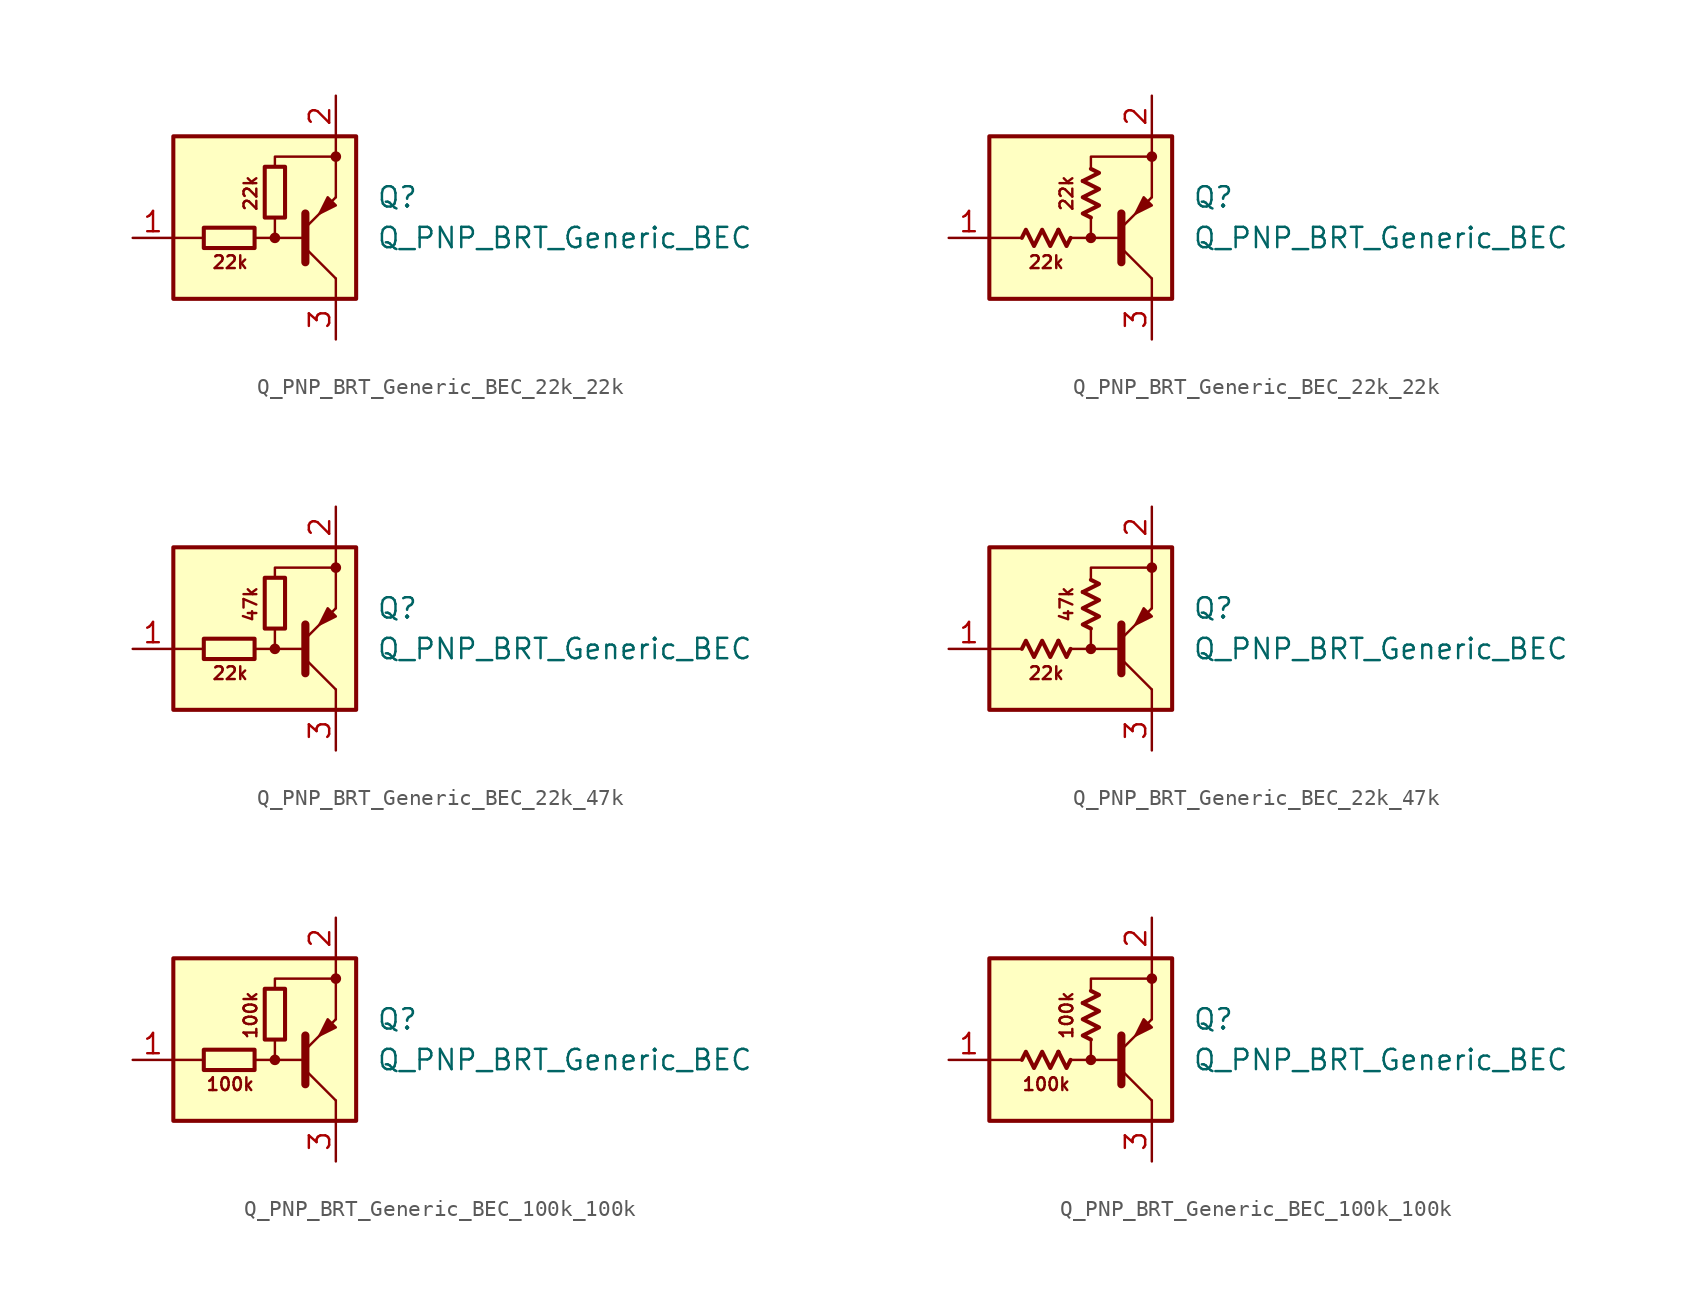
<source format=kicad_sym>
(kicad_symbol_lib
  (version 20220914)
  (generator kicad_symbol_editor)
  (symbol "Q_PNP_BRT_Generic_BEC_22k_22k"
    (pin_names hide)
    (property "Reference" "Q"
      (at 6.35 1.27 0)
      (effects (font (size 1.27 1.27)) (justify left)))
    (property "Value" "Q_PNP_BRT_Generic_BEC"
      (at 6.35 -1.27 0)
      (effects (font (size 1.27 1.27)) (justify left)))
    (symbol "Q_PNP_BRT_Generic_BEC_22k_22k_0_2"
      (polyline (pts (xy -2.032 -0.762) (xy -1.524 -1.778) (xy -1.27 -1.27)) (stroke (width 0.254) (type default)) (fill (type none)))
      (polyline (pts (xy -0.508 2.286) (xy 0.508 2.794) (xy 0 3.048)) (stroke (width 0.254) (type default)) (fill (type none)))
      (polyline (pts (xy -4.318 -1.27) (xy -4.064 -0.762) (xy -3.556 -1.778) (xy -3.048 -0.762) (xy -2.54 -1.778) (xy -2.032 -0.762)) (stroke (width 0.254) (type default)) (fill (type none)))
      (polyline (pts (xy 0 0) (xy -0.508 0.254) (xy 0.508 0.762) (xy -0.508 1.27) (xy 0.508 1.778) (xy -0.508 2.286)) (stroke (width 0.254) (type default)) (fill (type none))))
    (symbol "Q_PNP_BRT_Generic_BEC_22k_22k_1_0"
      (rectangle (start -6.35 5.08) (end 5.08 -5.08) (stroke (width 0.254) (type default)) (fill (type background)))
      (circle (center 0 -1.27) (radius 0.254) (stroke (width 0) (type default)) (fill (type outline)))
      (polyline (pts (xy -4.445 -1.27) (xy -6.35 -1.27)) (stroke (width 0) (type default)) (fill (type none)))
      (polyline (pts (xy -0.254 -1.27) (xy 1.905 -1.27)) (stroke (width 0) (type default)) (fill (type none)))
      (polyline (pts (xy 1.905 -2.794) (xy 1.905 0.254)) (stroke (width 0.508) (type default)) (fill (type none)))
      (polyline (pts (xy 1.905 -1.905) (xy 3.81 -3.81)) (stroke (width 0) (type default)) (fill (type none)))
      (polyline (pts (xy 3.81 -3.81) (xy 3.81 -5.08)) (stroke (width 0) (type default)) (fill (type none)))
      (polyline (pts (xy 3.81 3.81) (xy 3.81 1.27)) (stroke (width 0) (type default)) (fill (type none)))
      (polyline (pts (xy 3.81 3.81) (xy 3.81 5.08)) (stroke (width 0) (type default)) (fill (type none)))
      (polyline (pts (xy -1.27 -1.27) (xy 0 -1.27) (xy 0 0)) (stroke (width 0) (type default)) (fill (type none)))
      (polyline (pts (xy 0 3.175) (xy 0 3.81) (xy 3.81 3.81)) (stroke (width 0) (type default)) (fill (type none)))
      (polyline (pts (xy 1.905 -0.635) (xy 3.81 1.27) (xy 3.81 1.27)) (stroke (width 0) (type default)) (fill (type none)))
      (polyline (pts (xy 3.81 0.762) (xy 3.302 1.27) (xy 2.794 0.254) (xy 3.81 0.762) (xy 3.81 0.762)) (stroke (width 0) (type default)) (fill (type outline)))
      (circle (center 3.81 3.81) (radius 0.254) (stroke (width 0) (type default)) (fill (type outline)))
      (text "22k" (at -2.794 -2.794 0) (effects (font (size 0.8 0.8))))
      (text "22k" (at -1.524 1.524 900) (effects (font (size 0.8 0.8)))))
    (symbol "Q_PNP_BRT_Generic_BEC_22k_22k_1_1"
      (rectangle (start -1.27 -0.635) (end -4.445 -1.905) (stroke (width 0.254) (type default)) (fill (type none)))
      (rectangle (start 0.635 3.175) (end -0.635 0) (stroke (width 0.254) (type default)) (fill (type none)))
      (pin input line (at -8.89 -1.27 0) (length 2.54) (name "B" (effects (font (size 1.27 1.27)))) (number "1" (effects (font (size 1.27 1.27)))))
      (pin passive line (at 3.81 7.62 270) (length 2.54) (name "E" (effects (font (size 1.27 1.27)))) (number "2" (effects (font (size 1.27 1.27)))))
      (pin passive line (at 3.81 -7.62 90) (length 2.54) (name "C" (effects (font (size 1.27 1.27)))) (number "3" (effects (font (size 1.27 1.27))))))
    (symbol "Q_PNP_BRT_Generic_BEC_22k_22k_1_2"
      (pin input line (at -8.89 -1.27 0) (length 2.54) (name "B" (effects (font (size 1.27 1.27)))) (number "1" (effects (font (size 1.27 1.27)))))
      (pin passive line (at 3.81 7.62 270) (length 2.54) (name "E" (effects (font (size 1.27 1.27)))) (number "2" (effects (font (size 1.27 1.27)))))
      (pin passive line (at 3.81 -7.62 90) (length 2.54) (name "C" (effects (font (size 1.27 1.27)))) (number "3" (effects (font (size 1.27 1.27)))))))
  (symbol "Q_PNP_BRT_Generic_BEC_22k_47k"
    (pin_names hide)
    (property "Reference" "Q"
      (at 6.35 1.27 0)
      (effects (font (size 1.27 1.27)) (justify left)))
    (property "Value" "Q_PNP_BRT_Generic_BEC"
      (at 6.35 -1.27 0)
      (effects (font (size 1.27 1.27)) (justify left)))
    (symbol "Q_PNP_BRT_Generic_BEC_22k_47k_0_2"
      (polyline (pts (xy -2.032 -0.762) (xy -1.524 -1.778) (xy -1.27 -1.27)) (stroke (width 0.254) (type default)) (fill (type none)))
      (polyline (pts (xy -0.508 2.286) (xy 0.508 2.794) (xy 0 3.048)) (stroke (width 0.254) (type default)) (fill (type none)))
      (polyline (pts (xy -4.318 -1.27) (xy -4.064 -0.762) (xy -3.556 -1.778) (xy -3.048 -0.762) (xy -2.54 -1.778) (xy -2.032 -0.762)) (stroke (width 0.254) (type default)) (fill (type none)))
      (polyline (pts (xy 0 0) (xy -0.508 0.254) (xy 0.508 0.762) (xy -0.508 1.27) (xy 0.508 1.778) (xy -0.508 2.286)) (stroke (width 0.254) (type default)) (fill (type none))))
    (symbol "Q_PNP_BRT_Generic_BEC_22k_47k_1_0"
      (rectangle (start -6.35 5.08) (end 5.08 -5.08) (stroke (width 0.254) (type default)) (fill (type background)))
      (circle (center 0 -1.27) (radius 0.254) (stroke (width 0) (type default)) (fill (type outline)))
      (polyline (pts (xy -4.445 -1.27) (xy -6.35 -1.27)) (stroke (width 0) (type default)) (fill (type none)))
      (polyline (pts (xy -0.254 -1.27) (xy 1.905 -1.27)) (stroke (width 0) (type default)) (fill (type none)))
      (polyline (pts (xy 1.905 -2.794) (xy 1.905 0.254)) (stroke (width 0.508) (type default)) (fill (type none)))
      (polyline (pts (xy 1.905 -1.905) (xy 3.81 -3.81)) (stroke (width 0) (type default)) (fill (type none)))
      (polyline (pts (xy 3.81 -3.81) (xy 3.81 -5.08)) (stroke (width 0) (type default)) (fill (type none)))
      (polyline (pts (xy 3.81 3.81) (xy 3.81 1.27)) (stroke (width 0) (type default)) (fill (type none)))
      (polyline (pts (xy 3.81 3.81) (xy 3.81 5.08)) (stroke (width 0) (type default)) (fill (type none)))
      (polyline (pts (xy -1.27 -1.27) (xy 0 -1.27) (xy 0 0)) (stroke (width 0) (type default)) (fill (type none)))
      (polyline (pts (xy 0 3.175) (xy 0 3.81) (xy 3.81 3.81)) (stroke (width 0) (type default)) (fill (type none)))
      (polyline (pts (xy 1.905 -0.635) (xy 3.81 1.27) (xy 3.81 1.27)) (stroke (width 0) (type default)) (fill (type none)))
      (polyline (pts (xy 3.81 0.762) (xy 3.302 1.27) (xy 2.794 0.254) (xy 3.81 0.762) (xy 3.81 0.762)) (stroke (width 0) (type default)) (fill (type outline)))
      (circle (center 3.81 3.81) (radius 0.254) (stroke (width 0) (type default)) (fill (type outline)))
      (text "22k" (at -2.794 -2.794 0) (effects (font (size 0.8 0.8))))
      (text "47k" (at -1.524 1.524 900) (effects (font (size 0.8 0.8)))))
    (symbol "Q_PNP_BRT_Generic_BEC_22k_47k_1_1"
      (rectangle (start -1.27 -0.635) (end -4.445 -1.905) (stroke (width 0.254) (type default)) (fill (type none)))
      (rectangle (start 0.635 3.175) (end -0.635 0) (stroke (width 0.254) (type default)) (fill (type none)))
      (pin input line (at -8.89 -1.27 0) (length 2.54) (name "B" (effects (font (size 1.27 1.27)))) (number "1" (effects (font (size 1.27 1.27)))))
      (pin passive line (at 3.81 7.62 270) (length 2.54) (name "E" (effects (font (size 1.27 1.27)))) (number "2" (effects (font (size 1.27 1.27)))))
      (pin passive line (at 3.81 -7.62 90) (length 2.54) (name "C" (effects (font (size 1.27 1.27)))) (number "3" (effects (font (size 1.27 1.27))))))
    (symbol "Q_PNP_BRT_Generic_BEC_22k_47k_1_2"
      (pin input line (at -8.89 -1.27 0) (length 2.54) (name "B" (effects (font (size 1.27 1.27)))) (number "1" (effects (font (size 1.27 1.27)))))
      (pin passive line (at 3.81 7.62 270) (length 2.54) (name "E" (effects (font (size 1.27 1.27)))) (number "2" (effects (font (size 1.27 1.27)))))
      (pin passive line (at 3.81 -7.62 90) (length 2.54) (name "C" (effects (font (size 1.27 1.27)))) (number "3" (effects (font (size 1.27 1.27)))))))
  (symbol "Q_PNP_BRT_Generic_BEC_100k_100k"
    (pin_names hide)
    (property "Reference" "Q"
      (at 6.35 1.27 0)
      (effects (font (size 1.27 1.27)) (justify left)))
    (property "Value" "Q_PNP_BRT_Generic_BEC"
      (at 6.35 -1.27 0)
      (effects (font (size 1.27 1.27)) (justify left)))
    (symbol "Q_PNP_BRT_Generic_BEC_100k_100k_0_2"
      (polyline (pts (xy -2.032 -0.762) (xy -1.524 -1.778) (xy -1.27 -1.27)) (stroke (width 0.254) (type default)) (fill (type none)))
      (polyline (pts (xy -0.508 2.286) (xy 0.508 2.794) (xy 0 3.048)) (stroke (width 0.254) (type default)) (fill (type none)))
      (polyline (pts (xy -4.318 -1.27) (xy -4.064 -0.762) (xy -3.556 -1.778) (xy -3.048 -0.762) (xy -2.54 -1.778) (xy -2.032 -0.762)) (stroke (width 0.254) (type default)) (fill (type none)))
      (polyline (pts (xy 0 0) (xy -0.508 0.254) (xy 0.508 0.762) (xy -0.508 1.27) (xy 0.508 1.778) (xy -0.508 2.286)) (stroke (width 0.254) (type default)) (fill (type none))))
    (symbol "Q_PNP_BRT_Generic_BEC_100k_100k_1_0"
      (rectangle (start -6.35 5.08) (end 5.08 -5.08) (stroke (width 0.254) (type default)) (fill (type background)))
      (circle (center 0 -1.27) (radius 0.254) (stroke (width 0) (type default)) (fill (type outline)))
      (polyline (pts (xy -4.445 -1.27) (xy -6.35 -1.27)) (stroke (width 0) (type default)) (fill (type none)))
      (polyline (pts (xy -0.254 -1.27) (xy 1.905 -1.27)) (stroke (width 0) (type default)) (fill (type none)))
      (polyline (pts (xy 1.905 -2.794) (xy 1.905 0.254)) (stroke (width 0.508) (type default)) (fill (type none)))
      (polyline (pts (xy 1.905 -1.905) (xy 3.81 -3.81)) (stroke (width 0) (type default)) (fill (type none)))
      (polyline (pts (xy 3.81 -3.81) (xy 3.81 -5.08)) (stroke (width 0) (type default)) (fill (type none)))
      (polyline (pts (xy 3.81 3.81) (xy 3.81 1.27)) (stroke (width 0) (type default)) (fill (type none)))
      (polyline (pts (xy 3.81 3.81) (xy 3.81 5.08)) (stroke (width 0) (type default)) (fill (type none)))
      (polyline (pts (xy -1.27 -1.27) (xy 0 -1.27) (xy 0 0)) (stroke (width 0) (type default)) (fill (type none)))
      (polyline (pts (xy 0 3.175) (xy 0 3.81) (xy 3.81 3.81)) (stroke (width 0) (type default)) (fill (type none)))
      (polyline (pts (xy 1.905 -0.635) (xy 3.81 1.27) (xy 3.81 1.27)) (stroke (width 0) (type default)) (fill (type none)))
      (polyline (pts (xy 3.81 0.762) (xy 3.302 1.27) (xy 2.794 0.254) (xy 3.81 0.762) (xy 3.81 0.762)) (stroke (width 0) (type default)) (fill (type outline)))
      (circle (center 3.81 3.81) (radius 0.254) (stroke (width 0) (type default)) (fill (type outline)))
      (text "100k" (at -2.794 -2.794 0) (effects (font (size 0.8 0.8))))
      (text "100k" (at -1.524 1.524 900) (effects (font (size 0.8 0.8)))))
    (symbol "Q_PNP_BRT_Generic_BEC_100k_100k_1_1"
      (rectangle (start -1.27 -0.635) (end -4.445 -1.905) (stroke (width 0.254) (type default)) (fill (type none)))
      (rectangle (start 0.635 3.175) (end -0.635 0) (stroke (width 0.254) (type default)) (fill (type none)))
      (pin input line (at -8.89 -1.27 0) (length 2.54) (name "B" (effects (font (size 1.27 1.27)))) (number "1" (effects (font (size 1.27 1.27)))))
      (pin passive line (at 3.81 7.62 270) (length 2.54) (name "E" (effects (font (size 1.27 1.27)))) (number "2" (effects (font (size 1.27 1.27)))))
      (pin passive line (at 3.81 -7.62 90) (length 2.54) (name "C" (effects (font (size 1.27 1.27)))) (number "3" (effects (font (size 1.27 1.27))))))
    (symbol "Q_PNP_BRT_Generic_BEC_100k_100k_1_2"
      (pin input line (at -8.89 -1.27 0) (length 2.54) (name "B" (effects (font (size 1.27 1.27)))) (number "1" (effects (font (size 1.27 1.27)))))
      (pin passive line (at 3.81 7.62 270) (length 2.54) (name "E" (effects (font (size 1.27 1.27)))) (number "2" (effects (font (size 1.27 1.27)))))
      (pin passive line (at 3.81 -7.62 90) (length 2.54) (name "C" (effects (font (size 1.27 1.27)))) (number "3" (effects (font (size 1.27 1.27))))))))
</source>
